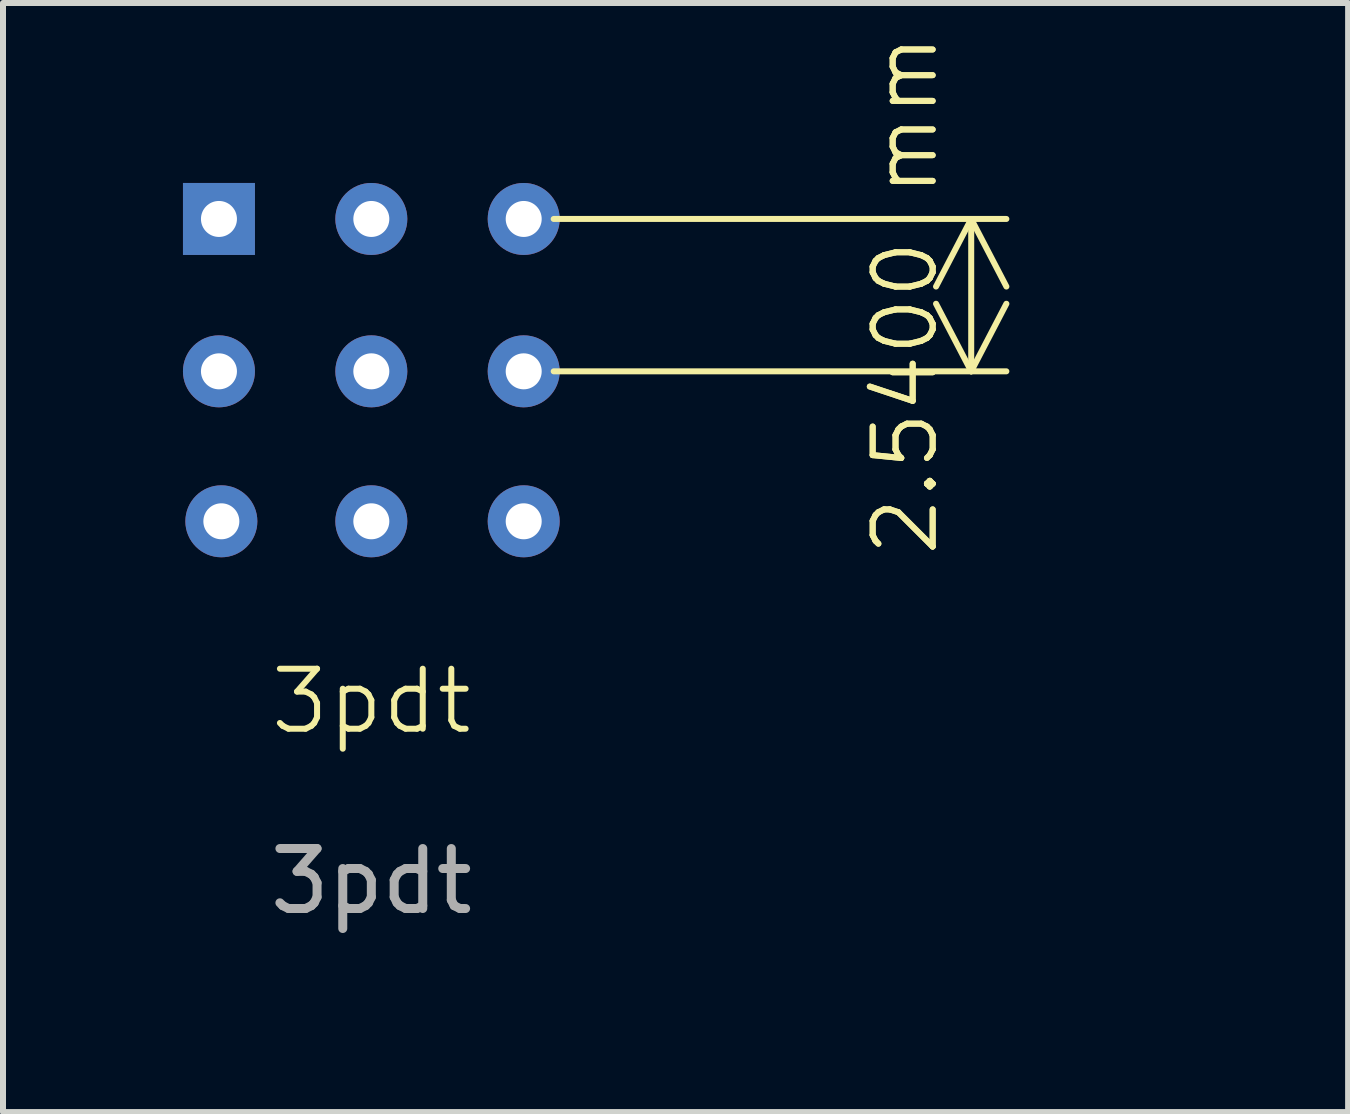
<source format=kicad_pcb>
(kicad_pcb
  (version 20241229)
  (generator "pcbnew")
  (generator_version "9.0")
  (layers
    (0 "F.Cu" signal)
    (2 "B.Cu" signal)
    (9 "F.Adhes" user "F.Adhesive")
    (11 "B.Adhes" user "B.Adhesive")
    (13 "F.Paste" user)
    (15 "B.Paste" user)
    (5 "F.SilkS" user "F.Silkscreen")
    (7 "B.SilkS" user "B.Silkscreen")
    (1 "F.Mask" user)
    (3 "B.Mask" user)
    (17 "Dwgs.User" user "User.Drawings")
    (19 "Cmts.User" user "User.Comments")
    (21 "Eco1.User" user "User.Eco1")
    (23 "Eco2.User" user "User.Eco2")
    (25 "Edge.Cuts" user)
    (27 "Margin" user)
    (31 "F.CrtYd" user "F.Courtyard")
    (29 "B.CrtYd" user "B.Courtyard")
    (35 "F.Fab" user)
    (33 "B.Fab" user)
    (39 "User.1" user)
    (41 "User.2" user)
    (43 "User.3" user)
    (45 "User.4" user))
  (footprint "3pdt"
    (layer "F.Cu")
    (at 3.14 9.14)
    (property "Reference" "3pdt" (at 0 -0.5 0) (unlocked yes) (layer "F.SilkS") (effects (font (size 1 1) (thickness 0.1))))
    (attr through_hole)
    (fp_text user "${REFERENCE}" (at 0 2.5 0) (unlocked yes) (layer "F.Fab") (effects (font (size 1 1) (thickness 0.15))))
    (dimension (type aligned) (layer "F.SilkS") (pts (xy 5.68 3.14) (xy 5.68 0.6)) (height 7.46) (format (prefix "") (suffix "") (units 3) (units_format 1) (precision 4)) (style (thickness 0.1) (arrow_length 1.27) (text_position_mode 0) (arrow_direction outward) (extension_height 0.586) (extension_offset 0.5) (keep_text_aligned yes)) (gr_text "2.5400 mm" (at 12.04 1.87 90) (layer "F.SilkS") (effects (font (size 1 1) (thickness 0.1)))))
    (pad "1" thru_hole rect (at -2.54 -8.54) (size 1.2 1.2) (drill 0.6) (layers "*.Cu" "*.Mask"))
    (pad "2" thru_hole circle (at 0 -8.54) (size 1.2 1.2) (drill 0.6) (layers "*.Cu" "*.Mask"))
    (pad "3" thru_hole circle (at 2.54 -8.54) (size 1.2 1.2) (drill 0.6) (layers "*.Cu" "*.Mask"))
    (pad "4" thru_hole circle (at -2.54 -6) (size 1.2 1.2) (drill 0.6) (layers "*.Cu" "*.Mask"))
    (pad "5" thru_hole circle (at 0 -6) (size 1.2 1.2) (drill 0.6) (layers "*.Cu" "*.Mask"))
    (pad "6" thru_hole circle (at 2.54 -6) (size 1.2 1.2) (drill 0.6) (layers "*.Cu" "*.Mask"))
    (pad "7" thru_hole circle (at -2.5 -3.5) (size 1.2 1.2) (drill 0.6) (layers "*.Cu" "*.Mask"))
    (pad "8" thru_hole circle (at 0 -3.5) (size 1.2 1.2) (drill 0.6) (layers "*.Cu" "*.Mask"))
    (pad "9" thru_hole circle (at 2.54 -3.5) (size 1.2 1.2) (drill 0.6) (layers "*.Cu" "*.Mask")))
  (gr_rect
    (start -3 -3)
    (end 19.423 15.488)
    (stroke (width 0.1) (type default))
    (fill no)
    (layer "Edge.Cuts")))
</source>
